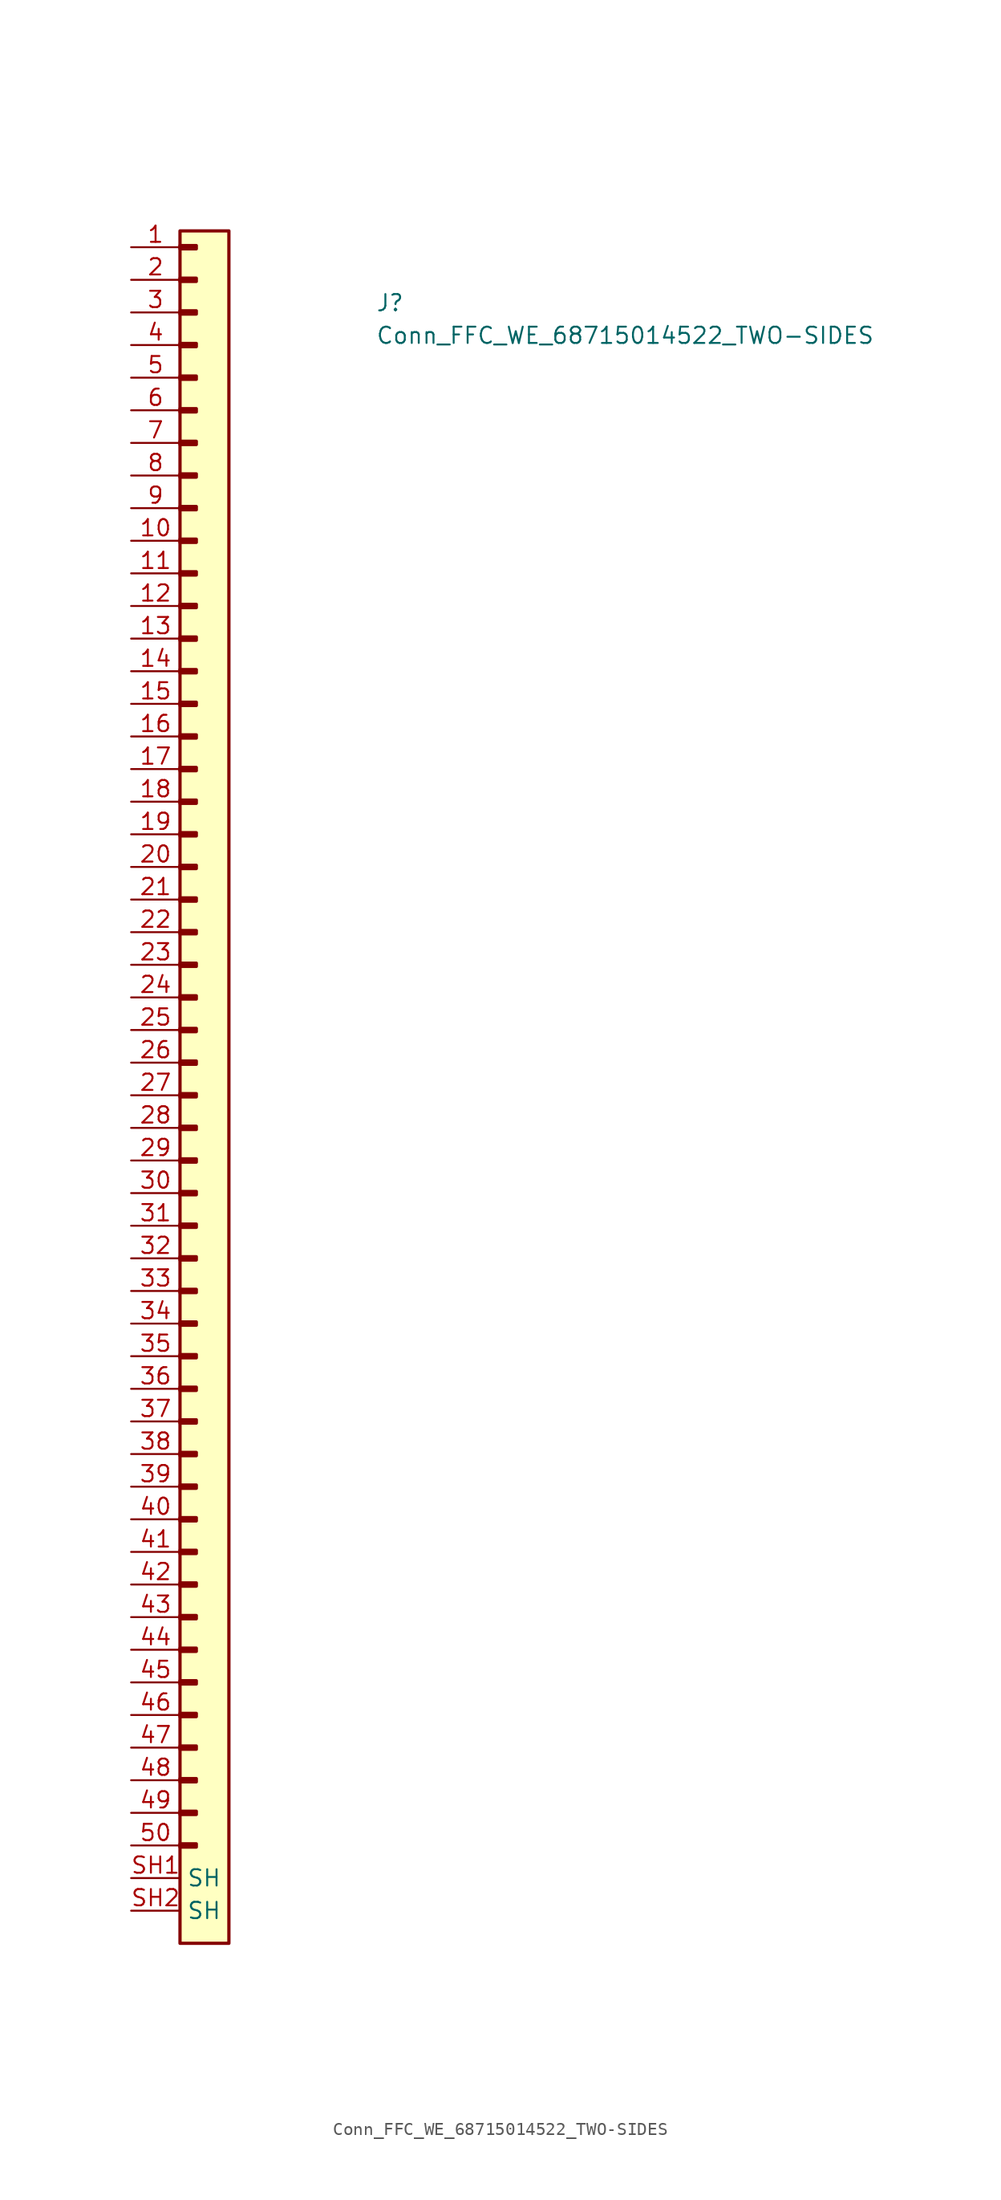
<source format=kicad_sym>
(kicad_symbol_lib
  (version 20211014)
  (generator kicad_symbol_editor)
  (symbol "Conn_FFC_WE_68715014522_TWO-SIDES"
    (property "Reference" "J"
      (at 19.05 -5.08 0)
      (effects (font (size 1.27 1.27) (thickness 0.15)) (justify left bottom)))
    (property "Value" "Conn_FFC_WE_68715014522_TWO-SIDES"
      (at 19.05 -7.62 0)
      (effects (font (size 1.27 1.27) (thickness 0.15)) (justify left bottom)))
    (symbol "Conn_FFC_WE_68715014522_TWO-SIDES_1_1"
      (rectangle (start 3.81 -124.333) (end 5.08 -124.587) (stroke (width 0.254) (type default) (color 0 0 0 0)) (fill (type background)))
      (rectangle (start 3.81 -121.793) (end 5.08 -122.047) (stroke (width 0.254) (type default) (color 0 0 0 0)) (fill (type background)))
      (rectangle (start 3.81 -119.253) (end 5.08 -119.507) (stroke (width 0.254) (type default) (color 0 0 0 0)) (fill (type background)))
      (rectangle (start 3.81 -116.713) (end 5.08 -116.967) (stroke (width 0.254) (type default) (color 0 0 0 0)) (fill (type background)))
      (rectangle (start 3.81 -114.173) (end 5.08 -114.427) (stroke (width 0.254) (type default) (color 0 0 0 0)) (fill (type background)))
      (rectangle (start 3.81 -111.633) (end 5.08 -111.887) (stroke (width 0.254) (type default) (color 0 0 0 0)) (fill (type background)))
      (rectangle (start 3.81 -109.093) (end 5.08 -109.347) (stroke (width 0.254) (type default) (color 0 0 0 0)) (fill (type background)))
      (rectangle (start 3.81 -106.553) (end 5.08 -106.807) (stroke (width 0.254) (type default) (color 0 0 0 0)) (fill (type background)))
      (rectangle (start 3.81 -104.013) (end 5.08 -104.267) (stroke (width 0.254) (type default) (color 0 0 0 0)) (fill (type background)))
      (rectangle (start 3.81 -101.473) (end 5.08 -101.727) (stroke (width 0.254) (type default) (color 0 0 0 0)) (fill (type background)))
      (rectangle (start 3.81 -98.933) (end 5.08 -99.187) (stroke (width 0.254) (type default) (color 0 0 0 0)) (fill (type background)))
      (rectangle (start 3.81 -96.393) (end 5.08 -96.647) (stroke (width 0.254) (type default) (color 0 0 0 0)) (fill (type background)))
      (rectangle (start 3.81 -93.853) (end 5.08 -94.107) (stroke (width 0.254) (type default) (color 0 0 0 0)) (fill (type background)))
      (rectangle (start 3.81 -91.313) (end 5.08 -91.567) (stroke (width 0.254) (type default) (color 0 0 0 0)) (fill (type background)))
      (rectangle (start 3.81 -88.773) (end 5.08 -89.027) (stroke (width 0.254) (type default) (color 0 0 0 0)) (fill (type background)))
      (rectangle (start 3.81 -86.233) (end 5.08 -86.487) (stroke (width 0.254) (type default) (color 0 0 0 0)) (fill (type background)))
      (rectangle (start 3.81 -83.693) (end 5.08 -83.947) (stroke (width 0.254) (type default) (color 0 0 0 0)) (fill (type background)))
      (rectangle (start 3.81 -81.153) (end 5.08 -81.407) (stroke (width 0.254) (type default) (color 0 0 0 0)) (fill (type background)))
      (rectangle (start 3.81 -78.613) (end 5.08 -78.867) (stroke (width 0.254) (type default) (color 0 0 0 0)) (fill (type background)))
      (rectangle (start 3.81 -76.073) (end 5.08 -76.327) (stroke (width 0.254) (type default) (color 0 0 0 0)) (fill (type background)))
      (rectangle (start 3.81 -73.533) (end 5.08 -73.787) (stroke (width 0.254) (type default) (color 0 0 0 0)) (fill (type background)))
      (rectangle (start 3.81 -70.993) (end 5.08 -71.247) (stroke (width 0.254) (type default) (color 0 0 0 0)) (fill (type background)))
      (rectangle (start 3.81 -68.453) (end 5.08 -68.707) (stroke (width 0.254) (type default) (color 0 0 0 0)) (fill (type background)))
      (rectangle (start 3.81 -65.913) (end 5.08 -66.167) (stroke (width 0.254) (type default) (color 0 0 0 0)) (fill (type background)))
      (rectangle (start 3.81 -63.373) (end 5.08 -63.627) (stroke (width 0.254) (type default) (color 0 0 0 0)) (fill (type background)))
      (rectangle (start 3.81 -60.833) (end 5.08 -61.087) (stroke (width 0.254) (type default) (color 0 0 0 0)) (fill (type background)))
      (rectangle (start 3.81 -58.293) (end 5.08 -58.547) (stroke (width 0.254) (type default) (color 0 0 0 0)) (fill (type background)))
      (rectangle (start 3.81 -55.753) (end 5.08 -56.007) (stroke (width 0.254) (type default) (color 0 0 0 0)) (fill (type background)))
      (rectangle (start 3.81 -53.213) (end 5.08 -53.467) (stroke (width 0.254) (type default) (color 0 0 0 0)) (fill (type background)))
      (rectangle (start 3.81 -50.673) (end 5.08 -50.927) (stroke (width 0.254) (type default) (color 0 0 0 0)) (fill (type background)))
      (rectangle (start 3.81 -48.133) (end 5.08 -48.387) (stroke (width 0.254) (type default) (color 0 0 0 0)) (fill (type background)))
      (rectangle (start 3.81 -45.593) (end 5.08 -45.847) (stroke (width 0.254) (type default) (color 0 0 0 0)) (fill (type background)))
      (rectangle (start 3.81 -43.053) (end 5.08 -43.307) (stroke (width 0.254) (type default) (color 0 0 0 0)) (fill (type background)))
      (rectangle (start 3.81 -40.513) (end 5.08 -40.767) (stroke (width 0.254) (type default) (color 0 0 0 0)) (fill (type background)))
      (rectangle (start 3.81 -37.973) (end 5.08 -38.227) (stroke (width 0.254) (type default) (color 0 0 0 0)) (fill (type background)))
      (rectangle (start 3.81 -35.433) (end 5.08 -35.687) (stroke (width 0.254) (type default) (color 0 0 0 0)) (fill (type background)))
      (rectangle (start 3.81 -32.893) (end 5.08 -33.147) (stroke (width 0.254) (type default) (color 0 0 0 0)) (fill (type background)))
      (rectangle (start 3.81 -30.353) (end 5.08 -30.607) (stroke (width 0.254) (type default) (color 0 0 0 0)) (fill (type background)))
      (rectangle (start 3.81 -27.813) (end 5.08 -28.067) (stroke (width 0.254) (type default) (color 0 0 0 0)) (fill (type background)))
      (rectangle (start 3.81 -25.273) (end 5.08 -25.527) (stroke (width 0.254) (type default) (color 0 0 0 0)) (fill (type background)))
      (rectangle (start 3.81 -22.733) (end 5.08 -22.987) (stroke (width 0.254) (type default) (color 0 0 0 0)) (fill (type background)))
      (rectangle (start 3.81 -20.193) (end 5.08 -20.447) (stroke (width 0.254) (type default) (color 0 0 0 0)) (fill (type background)))
      (rectangle (start 3.81 -17.653) (end 5.08 -17.907) (stroke (width 0.254) (type default) (color 0 0 0 0)) (fill (type background)))
      (rectangle (start 3.81 -15.113) (end 5.08 -15.367) (stroke (width 0.254) (type default) (color 0 0 0 0)) (fill (type background)))
      (rectangle (start 3.81 -12.573) (end 5.08 -12.827) (stroke (width 0.254) (type default) (color 0 0 0 0)) (fill (type background)))
      (rectangle (start 3.81 -10.033) (end 5.08 -10.287) (stroke (width 0.254) (type default) (color 0 0 0 0)) (fill (type background)))
      (rectangle (start 3.81 -7.493) (end 5.08 -7.747) (stroke (width 0.254) (type default) (color 0 0 0 0)) (fill (type background)))
      (rectangle (start 3.81 -4.953) (end 5.08 -5.207) (stroke (width 0.254) (type default) (color 0 0 0 0)) (fill (type background)))
      (rectangle (start 3.81 -2.413) (end 5.08 -2.667) (stroke (width 0.254) (type default) (color 0 0 0 0)) (fill (type background)))
      (rectangle (start 3.81 0.127) (end 5.08 -0.127) (stroke (width 0.254) (type default) (color 0 0 0 0)) (fill (type background)))
      (rectangle (start 3.81 1.27) (end 7.62 -132.08) (stroke (width 0.254) (type default) (color 0 0 0 0)) (fill (type background)))
      (pin passive line (at 0 0 0) (length 3.81) (name "~" (effects (font (size 1.27 1.27)))) (number "1" (effects (font (size 1.27 1.27)))))
      (pin passive line (at 0 -22.86 0) (length 3.81) (name "~" (effects (font (size 1.27 1.27)))) (number "10" (effects (font (size 1.27 1.27)))))
      (pin passive line (at 0 -25.4 0) (length 3.81) (name "~" (effects (font (size 1.27 1.27)))) (number "11" (effects (font (size 1.27 1.27)))))
      (pin passive line (at 0 -27.94 0) (length 3.81) (name "~" (effects (font (size 1.27 1.27)))) (number "12" (effects (font (size 1.27 1.27)))))
      (pin passive line (at 0 -30.48 0) (length 3.81) (name "~" (effects (font (size 1.27 1.27)))) (number "13" (effects (font (size 1.27 1.27)))))
      (pin passive line (at 0 -33.02 0) (length 3.81) (name "~" (effects (font (size 1.27 1.27)))) (number "14" (effects (font (size 1.27 1.27)))))
      (pin passive line (at 0 -35.56 0) (length 3.81) (name "~" (effects (font (size 1.27 1.27)))) (number "15" (effects (font (size 1.27 1.27)))))
      (pin passive line (at 0 -38.1 0) (length 3.81) (name "~" (effects (font (size 1.27 1.27)))) (number "16" (effects (font (size 1.27 1.27)))))
      (pin passive line (at 0 -40.64 0) (length 3.81) (name "~" (effects (font (size 1.27 1.27)))) (number "17" (effects (font (size 1.27 1.27)))))
      (pin passive line (at 0 -43.18 0) (length 3.81) (name "~" (effects (font (size 1.27 1.27)))) (number "18" (effects (font (size 1.27 1.27)))))
      (pin passive line (at 0 -45.72 0) (length 3.81) (name "~" (effects (font (size 1.27 1.27)))) (number "19" (effects (font (size 1.27 1.27)))))
      (pin passive line (at 0 -2.54 0) (length 3.81) (name "~" (effects (font (size 1.27 1.27)))) (number "2" (effects (font (size 1.27 1.27)))))
      (pin passive line (at 0 -48.26 0) (length 3.81) (name "~" (effects (font (size 1.27 1.27)))) (number "20" (effects (font (size 1.27 1.27)))))
      (pin passive line (at 0 -50.8 0) (length 3.81) (name "~" (effects (font (size 1.27 1.27)))) (number "21" (effects (font (size 1.27 1.27)))))
      (pin passive line (at 0 -53.34 0) (length 3.81) (name "~" (effects (font (size 1.27 1.27)))) (number "22" (effects (font (size 1.27 1.27)))))
      (pin passive line (at 0 -55.88 0) (length 3.81) (name "~" (effects (font (size 1.27 1.27)))) (number "23" (effects (font (size 1.27 1.27)))))
      (pin passive line (at 0 -58.42 0) (length 3.81) (name "~" (effects (font (size 1.27 1.27)))) (number "24" (effects (font (size 1.27 1.27)))))
      (pin passive line (at 0 -60.96 0) (length 3.81) (name "~" (effects (font (size 1.27 1.27)))) (number "25" (effects (font (size 1.27 1.27)))))
      (pin passive line (at 0 -63.5 0) (length 3.81) (name "~" (effects (font (size 1.27 1.27)))) (number "26" (effects (font (size 1.27 1.27)))))
      (pin passive line (at 0 -66.04 0) (length 3.81) (name "~" (effects (font (size 1.27 1.27)))) (number "27" (effects (font (size 1.27 1.27)))))
      (pin passive line (at 0 -68.58 0) (length 3.81) (name "~" (effects (font (size 1.27 1.27)))) (number "28" (effects (font (size 1.27 1.27)))))
      (pin passive line (at 0 -71.12 0) (length 3.81) (name "~" (effects (font (size 1.27 1.27)))) (number "29" (effects (font (size 1.27 1.27)))))
      (pin passive line (at 0 -5.08 0) (length 3.81) (name "~" (effects (font (size 1.27 1.27)))) (number "3" (effects (font (size 1.27 1.27)))))
      (pin passive line (at 0 -73.66 0) (length 3.81) (name "~" (effects (font (size 1.27 1.27)))) (number "30" (effects (font (size 1.27 1.27)))))
      (pin passive line (at 0 -76.2 0) (length 3.81) (name "~" (effects (font (size 1.27 1.27)))) (number "31" (effects (font (size 1.27 1.27)))))
      (pin passive line (at 0 -78.74 0) (length 3.81) (name "~" (effects (font (size 1.27 1.27)))) (number "32" (effects (font (size 1.27 1.27)))))
      (pin passive line (at 0 -81.28 0) (length 3.81) (name "~" (effects (font (size 1.27 1.27)))) (number "33" (effects (font (size 1.27 1.27)))))
      (pin passive line (at 0 -83.82 0) (length 3.81) (name "~" (effects (font (size 1.27 1.27)))) (number "34" (effects (font (size 1.27 1.27)))))
      (pin passive line (at 0 -86.36 0) (length 3.81) (name "~" (effects (font (size 1.27 1.27)))) (number "35" (effects (font (size 1.27 1.27)))))
      (pin passive line (at 0 -88.9 0) (length 3.81) (name "~" (effects (font (size 1.27 1.27)))) (number "36" (effects (font (size 1.27 1.27)))))
      (pin passive line (at 0 -91.44 0) (length 3.81) (name "~" (effects (font (size 1.27 1.27)))) (number "37" (effects (font (size 1.27 1.27)))))
      (pin passive line (at 0 -93.98 0) (length 3.81) (name "~" (effects (font (size 1.27 1.27)))) (number "38" (effects (font (size 1.27 1.27)))))
      (pin passive line (at 0 -96.52 0) (length 3.81) (name "~" (effects (font (size 1.27 1.27)))) (number "39" (effects (font (size 1.27 1.27)))))
      (pin passive line (at 0 -7.62 0) (length 3.81) (name "~" (effects (font (size 1.27 1.27)))) (number "4" (effects (font (size 1.27 1.27)))))
      (pin passive line (at 0 -99.06 0) (length 3.81) (name "~" (effects (font (size 1.27 1.27)))) (number "40" (effects (font (size 1.27 1.27)))))
      (pin passive line (at 0 -101.6 0) (length 3.81) (name "~" (effects (font (size 1.27 1.27)))) (number "41" (effects (font (size 1.27 1.27)))))
      (pin passive line (at 0 -104.14 0) (length 3.81) (name "~" (effects (font (size 1.27 1.27)))) (number "42" (effects (font (size 1.27 1.27)))))
      (pin passive line (at 0 -106.68 0) (length 3.81) (name "~" (effects (font (size 1.27 1.27)))) (number "43" (effects (font (size 1.27 1.27)))))
      (pin passive line (at 0 -109.22 0) (length 3.81) (name "~" (effects (font (size 1.27 1.27)))) (number "44" (effects (font (size 1.27 1.27)))))
      (pin passive line (at 0 -111.76 0) (length 3.81) (name "~" (effects (font (size 1.27 1.27)))) (number "45" (effects (font (size 1.27 1.27)))))
      (pin passive line (at 0 -114.3 0) (length 3.81) (name "~" (effects (font (size 1.27 1.27)))) (number "46" (effects (font (size 1.27 1.27)))))
      (pin passive line (at 0 -116.84 0) (length 3.81) (name "~" (effects (font (size 1.27 1.27)))) (number "47" (effects (font (size 1.27 1.27)))))
      (pin passive line (at 0 -119.38 0) (length 3.81) (name "~" (effects (font (size 1.27 1.27)))) (number "48" (effects (font (size 1.27 1.27)))))
      (pin passive line (at 0 -121.92 0) (length 3.81) (name "~" (effects (font (size 1.27 1.27)))) (number "49" (effects (font (size 1.27 1.27)))))
      (pin passive line (at 0 -10.16 0) (length 3.81) (name "~" (effects (font (size 1.27 1.27)))) (number "5" (effects (font (size 1.27 1.27)))))
      (pin passive line (at 0 -124.46 0) (length 3.81) (name "~" (effects (font (size 1.27 1.27)))) (number "50" (effects (font (size 1.27 1.27)))))
      (pin passive line (at 0 -12.7 0) (length 3.81) (name "~" (effects (font (size 1.27 1.27)))) (number "6" (effects (font (size 1.27 1.27)))))
      (pin passive line (at 0 -15.24 0) (length 3.81) (name "~" (effects (font (size 1.27 1.27)))) (number "7" (effects (font (size 1.27 1.27)))))
      (pin passive line (at 0 -17.78 0) (length 3.81) (name "~" (effects (font (size 1.27 1.27)))) (number "8" (effects (font (size 1.27 1.27)))))
      (pin passive line (at 0 -20.32 0) (length 3.81) (name "~" (effects (font (size 1.27 1.27)))) (number "9" (effects (font (size 1.27 1.27)))))
      (pin passive line (at 0 -127 0) (length 3.81) (name "SH" (effects (font (size 1.27 1.27)))) (number "SH1" (effects (font (size 1.27 1.27)))))
      (pin passive line (at 0 -129.54 0) (length 3.81) (name "SH" (effects (font (size 1.27 1.27)))) (number "SH2" (effects (font (size 1.27 1.27))))))))
</source>
